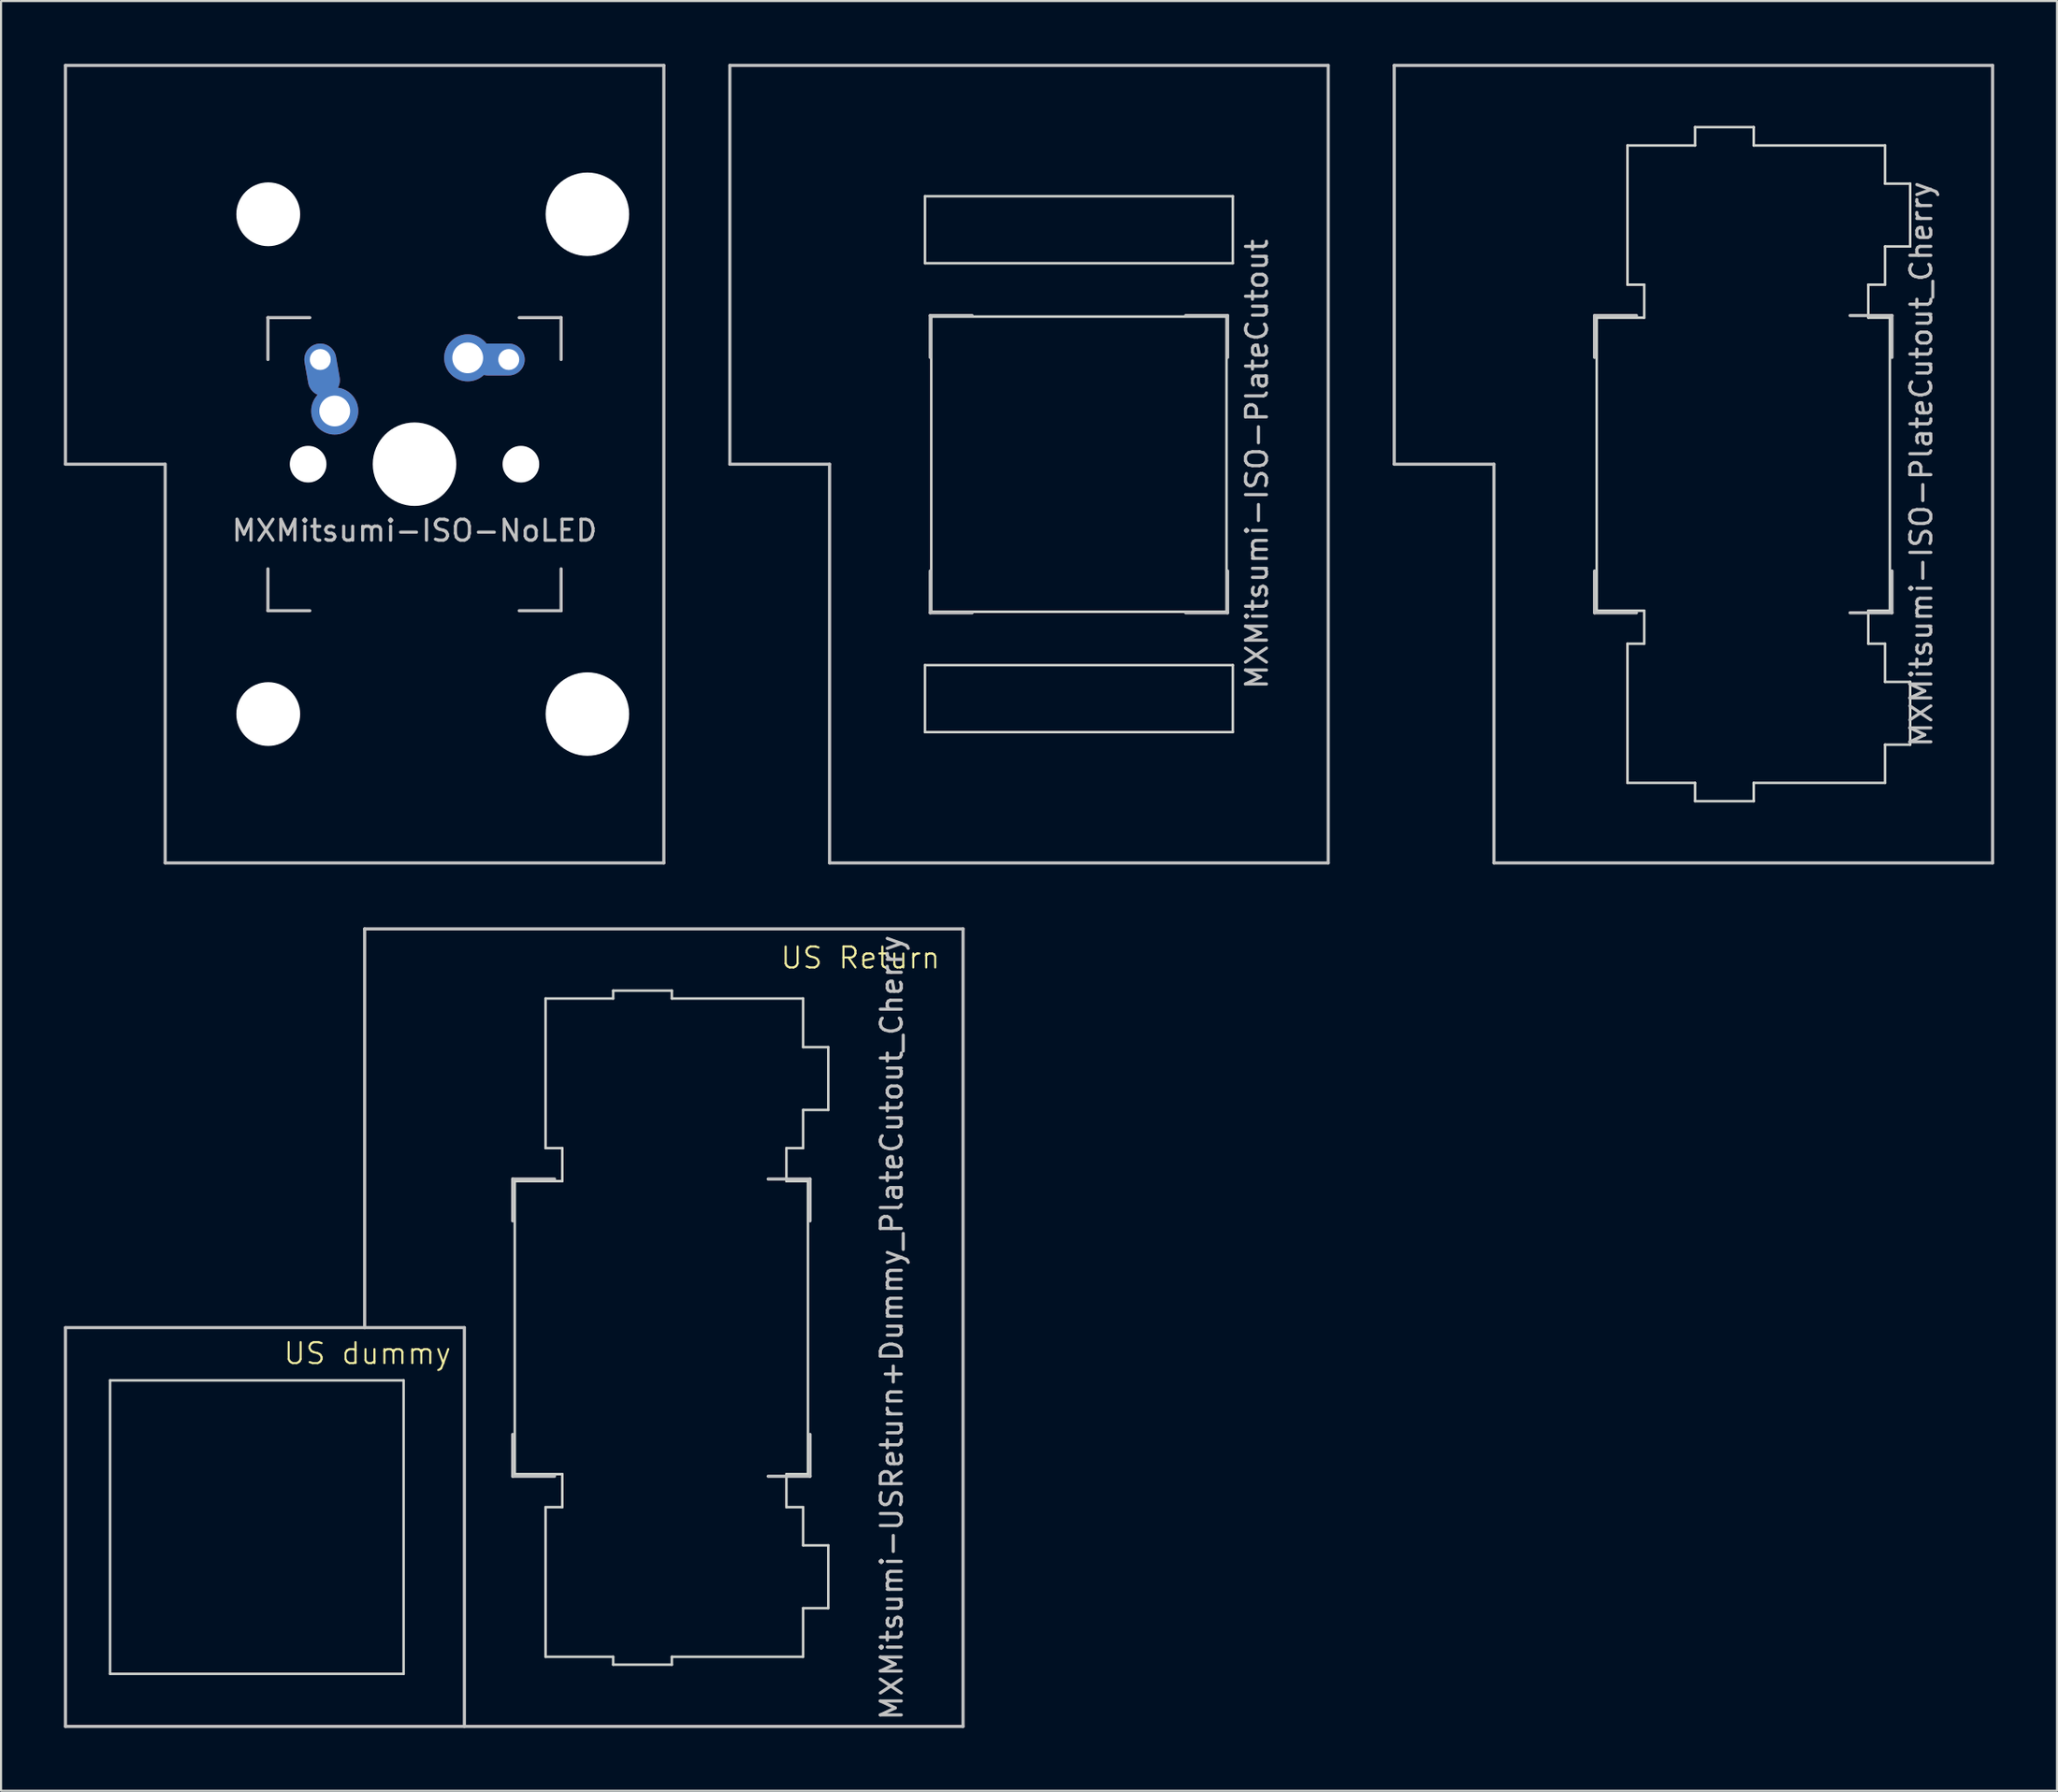
<source format=kicad_pcb>
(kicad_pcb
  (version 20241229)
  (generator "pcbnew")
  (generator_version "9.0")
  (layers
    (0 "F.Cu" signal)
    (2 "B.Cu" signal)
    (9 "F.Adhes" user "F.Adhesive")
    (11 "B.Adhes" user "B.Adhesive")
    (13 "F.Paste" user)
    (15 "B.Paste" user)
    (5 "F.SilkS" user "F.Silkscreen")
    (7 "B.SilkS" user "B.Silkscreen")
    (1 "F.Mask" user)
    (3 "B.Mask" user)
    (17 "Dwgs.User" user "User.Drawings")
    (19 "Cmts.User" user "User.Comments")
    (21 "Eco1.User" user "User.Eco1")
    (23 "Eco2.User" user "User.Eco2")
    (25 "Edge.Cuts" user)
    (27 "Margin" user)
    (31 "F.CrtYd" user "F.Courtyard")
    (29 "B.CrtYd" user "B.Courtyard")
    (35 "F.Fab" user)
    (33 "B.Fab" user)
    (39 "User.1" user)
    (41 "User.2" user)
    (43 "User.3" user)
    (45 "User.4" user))
  (footprint "MXMitsumi-ISO-PlateCutout"
    (layer "F.Cu")
    (at 48.469 19.125)
    (property "Reference" "MXMitsumi-ISO-PlateCutout" (at 8.5 0 90) (layer "Dwgs.User") (effects (font (size 1 1) (thickness 0.15))))
    (attr through_hole)
    (fp_line (start -16.669 -19.05) (end -16.669 0) (stroke (width 0.15) (type solid)) (layer "Dwgs.User"))
    (fp_line (start -16.669 -19.05) (end 11.906 -19.05) (stroke (width 0.15) (type solid)) (layer "Dwgs.User"))
    (fp_line (start -11.906 0) (end -16.669 0) (stroke (width 0.15) (type solid)) (layer "Dwgs.User"))
    (fp_line (start -11.906 19.05) (end -11.906 0) (stroke (width 0.15) (type solid)) (layer "Dwgs.User"))
    (fp_line (start -11.906 19.05) (end 11.906 19.05) (stroke (width 0.15) (type solid)) (layer "Dwgs.User"))
    (fp_line (start -7.1 -7.1) (end -7.1 -5.1) (stroke (width 0.15) (type solid)) (layer "Dwgs.User"))
    (fp_line (start -7.1 5.1) (end -7.1 7.1) (stroke (width 0.15) (type solid)) (layer "Dwgs.User"))
    (fp_line (start -7.1 7.1) (end -5.1 7.1) (stroke (width 0.15) (type solid)) (layer "Dwgs.User"))
    (fp_line (start -5.1 -7.1) (end -7.1 -7.1) (stroke (width 0.15) (type solid)) (layer "Dwgs.User"))
    (fp_line (start 5.1 -7.1) (end 7.1 -7.1) (stroke (width 0.15) (type solid)) (layer "Dwgs.User"))
    (fp_line (start 5.1 7.1) (end 7.1 7.1) (stroke (width 0.15) (type solid)) (layer "Dwgs.User"))
    (fp_line (start 7.1 -7.1) (end 7.1 -5.1) (stroke (width 0.15) (type solid)) (layer "Dwgs.User"))
    (fp_line (start 7.1 7.1) (end 7.1 5.1) (stroke (width 0.15) (type solid)) (layer "Dwgs.User"))
    (fp_line (start 11.906 -19.05) (end 11.906 19.05) (stroke (width 0.15) (type solid)) (layer "Dwgs.User"))
    (fp_line (start -7.35 -12.8) (end 7.35 -12.8) (stroke (width 0.12) (type solid)) (layer "Edge.Cuts"))
    (fp_line (start -7.35 -9.6) (end -7.35 -12.8) (stroke (width 0.12) (type solid)) (layer "Edge.Cuts"))
    (fp_line (start -7.35 9.6) (end 7.35 9.6) (stroke (width 0.12) (type solid)) (layer "Edge.Cuts"))
    (fp_line (start -7.35 12.8) (end -7.35 9.6) (stroke (width 0.12) (type solid)) (layer "Edge.Cuts"))
    (fp_line (start -7.05 -7.05) (end 7.05 -7.05) (stroke (width 0.12) (type solid)) (layer "Edge.Cuts"))
    (fp_line (start -7.05 7.05) (end -7.05 -7.05) (stroke (width 0.12) (type solid)) (layer "Edge.Cuts"))
    (fp_line (start 7.05 -7.05) (end 7.05 7.05) (stroke (width 0.12) (type solid)) (layer "Edge.Cuts"))
    (fp_line (start 7.05 7.05) (end -7.05 7.05) (stroke (width 0.12) (type solid)) (layer "Edge.Cuts"))
    (fp_line (start 7.35 -12.8) (end 7.35 -9.6) (stroke (width 0.12) (type solid)) (layer "Edge.Cuts"))
    (fp_line (start 7.35 -9.6) (end -7.35 -9.6) (stroke (width 0.12) (type solid)) (layer "Edge.Cuts"))
    (fp_line (start 7.35 9.6) (end 7.35 12.8) (stroke (width 0.12) (type solid)) (layer "Edge.Cuts"))
    (fp_line (start 7.35 12.8) (end -7.35 12.8) (stroke (width 0.12) (type solid)) (layer "Edge.Cuts")))
  (footprint "MXMitsumi-ISO-NoLED"
    (layer "F.Cu")
    (at 16.744 19.125)
    (property "Reference" "MXMitsumi-ISO-NoLED" (at 0 3.175 0) (layer "Dwgs.User") (effects (font (size 1 1) (thickness 0.15))))
    (attr through_hole)
    (fp_line (start -16.669 -19.05) (end -16.669 0) (stroke (width 0.15) (type solid)) (layer "Dwgs.User"))
    (fp_line (start -16.669 -19.05) (end 11.906 -19.05) (stroke (width 0.15) (type solid)) (layer "Dwgs.User"))
    (fp_line (start -11.906 0) (end -16.669 0) (stroke (width 0.15) (type solid)) (layer "Dwgs.User"))
    (fp_line (start -11.906 19.05) (end -11.906 0) (stroke (width 0.15) (type solid)) (layer "Dwgs.User"))
    (fp_line (start -11.906 19.05) (end 11.906 19.05) (stroke (width 0.15) (type solid)) (layer "Dwgs.User"))
    (fp_line (start -7 -7) (end -7 -5) (stroke (width 0.15) (type solid)) (layer "Dwgs.User"))
    (fp_line (start -7 5) (end -7 7) (stroke (width 0.15) (type solid)) (layer "Dwgs.User"))
    (fp_line (start -7 7) (end -5 7) (stroke (width 0.15) (type solid)) (layer "Dwgs.User"))
    (fp_line (start -5 -7) (end -7 -7) (stroke (width 0.15) (type solid)) (layer "Dwgs.User"))
    (fp_line (start 5 -7) (end 7 -7) (stroke (width 0.15) (type solid)) (layer "Dwgs.User"))
    (fp_line (start 5 7) (end 7 7) (stroke (width 0.15) (type solid)) (layer "Dwgs.User"))
    (fp_line (start 7 -7) (end 7 -5) (stroke (width 0.15) (type solid)) (layer "Dwgs.User"))
    (fp_line (start 7 7) (end 7 5) (stroke (width 0.15) (type solid)) (layer "Dwgs.User"))
    (fp_line (start 11.906 -19.05) (end 11.906 19.05) (stroke (width 0.15) (type solid)) (layer "Dwgs.User"))
    (pad "" np_thru_hole circle (at -6.985 -11.938) (size 3.048 3.048) (drill 3.048) (layers "*.Cu" "*.Mask"))
    (pad "" np_thru_hole circle (at -6.985 11.938) (size 3.048 3.048) (drill 3.048) (layers "*.Cu" "*.Mask"))
    (pad "" np_thru_hole circle (at -5.08 0 48.1) (size 1.75 1.75) (drill 1.75) (layers "*.Cu" "*.Mask"))
    (pad "" np_thru_hole circle (at 0 0) (size 3.988 3.988) (drill 3.988) (layers "*.Cu" "*.Mask"))
    (pad "" np_thru_hole circle (at 5.08 0 48.1) (size 1.75 1.75) (drill 1.75) (layers "*.Cu" "*.Mask"))
    (pad "" np_thru_hole circle (at 8.255 -11.938) (size 3.988 3.988) (drill 3.988) (layers "*.Cu" "*.Mask"))
    (pad "" np_thru_hole circle (at 8.255 11.938) (size 3.988 3.988) (drill 3.988) (layers "*.Cu" "*.Mask"))
    (pad "1" thru_hole oval (at -4.5 -5 280) (size 2.524 1.524) (drill 1 (offset 0.5 0)) (layers "*.Cu" "B.Mask"))
    (pad "1" thru_hole circle (at -3.81 -2.54) (size 2.25 2.25) (drill 1.47) (layers "*.Cu" "B.Mask"))
    (pad "2" thru_hole circle (at 2.54 -5.08) (size 2.25 2.25) (drill 1.47) (layers "*.Cu" "B.Mask"))
    (pad "2" thru_hole oval (at 4.5 -5) (size 2.524 1.524) (drill 1 (offset -0.5 0)) (layers "*.Cu" "B.Mask")))
  (footprint "MXMitsumi-ISO-PlateCutout_Cherry"
    (layer "F.Cu")
    (at 80.194 19.125)
    (property "Reference" "MXMitsumi-ISO-PlateCutout_Cherry" (at 8.5 0 90) (layer "Dwgs.User") (effects (font (size 1 1) (thickness 0.15))))
    (attr through_hole)
    (fp_line (start -16.669 -19.05) (end -16.669 0) (stroke (width 0.15) (type solid)) (layer "Dwgs.User"))
    (fp_line (start -16.669 -19.05) (end 11.906 -19.05) (stroke (width 0.15) (type solid)) (layer "Dwgs.User"))
    (fp_line (start -11.906 0) (end -16.669 0) (stroke (width 0.15) (type solid)) (layer "Dwgs.User"))
    (fp_line (start -11.906 19.05) (end -11.906 0) (stroke (width 0.15) (type solid)) (layer "Dwgs.User"))
    (fp_line (start -11.906 19.05) (end 11.906 19.05) (stroke (width 0.15) (type solid)) (layer "Dwgs.User"))
    (fp_line (start -7.1 -7.1) (end -7.1 -5.1) (stroke (width 0.15) (type solid)) (layer "Dwgs.User"))
    (fp_line (start -7.1 5.1) (end -7.1 7.1) (stroke (width 0.15) (type solid)) (layer "Dwgs.User"))
    (fp_line (start -7.1 7.1) (end -5.1 7.1) (stroke (width 0.15) (type solid)) (layer "Dwgs.User"))
    (fp_line (start -5.1 -7.1) (end -7.1 -7.1) (stroke (width 0.15) (type solid)) (layer "Dwgs.User"))
    (fp_line (start 5.1 -7.1) (end 7.1 -7.1) (stroke (width 0.15) (type solid)) (layer "Dwgs.User"))
    (fp_line (start 5.1 7.1) (end 7.1 7.1) (stroke (width 0.15) (type solid)) (layer "Dwgs.User"))
    (fp_line (start 7.1 -7.1) (end 7.1 -5.1) (stroke (width 0.15) (type solid)) (layer "Dwgs.User"))
    (fp_line (start 7.1 7.1) (end 7.1 5.1) (stroke (width 0.15) (type solid)) (layer "Dwgs.User"))
    (fp_line (start 11.906 -19.05) (end 11.906 19.05) (stroke (width 0.15) (type solid)) (layer "Dwgs.User"))
    (fp_line (start -7 -7) (end -7 7) (stroke (width 0.12) (type solid)) (layer "Edge.Cuts"))
    (fp_line (start -5.53 -15.225) (end -2.3 -15.225) (stroke (width 0.12) (type solid)) (layer "Edge.Cuts"))
    (fp_line (start -5.53 -8.575) (end -5.53 -15.225) (stroke (width 0.12) (type solid)) (layer "Edge.Cuts"))
    (fp_line (start -5.53 8.575) (end -5.53 15.225) (stroke (width 0.12) (type solid)) (layer "Edge.Cuts"))
    (fp_line (start -5.53 15.225) (end -2.3 15.225) (stroke (width 0.12) (type solid)) (layer "Edge.Cuts"))
    (fp_line (start -4.73 -8.575) (end -5.53 -8.575) (stroke (width 0.12) (type solid)) (layer "Edge.Cuts"))
    (fp_line (start -4.73 -7) (end -7 -7) (stroke (width 0.12) (type solid)) (layer "Edge.Cuts"))
    (fp_line (start -4.73 -7) (end -4.73 -8.575) (stroke (width 0.12) (type solid)) (layer "Edge.Cuts"))
    (fp_line (start -4.73 7) (end -7 7) (stroke (width 0.12) (type solid)) (layer "Edge.Cuts"))
    (fp_line (start -4.73 8.575) (end -5.53 8.575) (stroke (width 0.12) (type solid)) (layer "Edge.Cuts"))
    (fp_line (start -4.73 8.575) (end -4.73 7) (stroke (width 0.12) (type solid)) (layer "Edge.Cuts"))
    (fp_line (start -2.3 -16.1) (end 0.5 -16.1) (stroke (width 0.12) (type solid)) (layer "Edge.Cuts"))
    (fp_line (start -2.3 -15.225) (end -2.3 -16.1) (stroke (width 0.12) (type solid)) (layer "Edge.Cuts"))
    (fp_line (start -2.3 15.225) (end -2.3 16.1) (stroke (width 0.12) (type solid)) (layer "Edge.Cuts"))
    (fp_line (start -2.3 16.1) (end 0.5 16.1) (stroke (width 0.12) (type solid)) (layer "Edge.Cuts"))
    (fp_line (start 0.5 -15.225) (end 0.5 -16.1) (stroke (width 0.12) (type solid)) (layer "Edge.Cuts"))
    (fp_line (start 0.5 15.225) (end 0.5 16.1) (stroke (width 0.12) (type solid)) (layer "Edge.Cuts"))
    (fp_line (start 5.97 -8.575) (end 5.97 -7) (stroke (width 0.12) (type solid)) (layer "Edge.Cuts"))
    (fp_line (start 5.97 -7) (end 7 -7) (stroke (width 0.12) (type solid)) (layer "Edge.Cuts"))
    (fp_line (start 5.97 7) (end 7 7) (stroke (width 0.12) (type solid)) (layer "Edge.Cuts"))
    (fp_line (start 5.97 8.575) (end 5.97 7) (stroke (width 0.12) (type solid)) (layer "Edge.Cuts"))
    (fp_line (start 6.77 -15.225) (end 0.5 -15.225) (stroke (width 0.12) (type solid)) (layer "Edge.Cuts"))
    (fp_line (start 6.77 -13.4) (end 6.77 -15.225) (stroke (width 0.12) (type solid)) (layer "Edge.Cuts"))
    (fp_line (start 6.77 -8.575) (end 5.97 -8.575) (stroke (width 0.12) (type solid)) (layer "Edge.Cuts"))
    (fp_line (start 6.77 -8.575) (end 6.77 -10.4) (stroke (width 0.12) (type solid)) (layer "Edge.Cuts"))
    (fp_line (start 6.77 8.575) (end 5.97 8.575) (stroke (width 0.12) (type solid)) (layer "Edge.Cuts"))
    (fp_line (start 6.77 10.4) (end 6.77 8.575) (stroke (width 0.12) (type solid)) (layer "Edge.Cuts"))
    (fp_line (start 6.77 15.225) (end 0.5 15.225) (stroke (width 0.12) (type solid)) (layer "Edge.Cuts"))
    (fp_line (start 6.77 15.225) (end 6.77 13.4) (stroke (width 0.12) (type solid)) (layer "Edge.Cuts"))
    (fp_line (start 7 7) (end 7 -7) (stroke (width 0.12) (type solid)) (layer "Edge.Cuts"))
    (fp_line (start 7.97 -13.4) (end 6.77 -13.4) (stroke (width 0.12) (type solid)) (layer "Edge.Cuts"))
    (fp_line (start 7.97 -10.4) (end 6.77 -10.4) (stroke (width 0.12) (type solid)) (layer "Edge.Cuts"))
    (fp_line (start 7.97 -10.4) (end 7.97 -13.4) (stroke (width 0.12) (type solid)) (layer "Edge.Cuts"))
    (fp_line (start 7.97 10.4) (end 6.77 10.4) (stroke (width 0.12) (type solid)) (layer "Edge.Cuts"))
    (fp_line (start 7.97 10.4) (end 7.97 13.4) (stroke (width 0.12) (type solid)) (layer "Edge.Cuts"))
    (fp_line (start 7.97 13.4) (end 6.77 13.4) (stroke (width 0.12) (type solid)) (layer "Edge.Cuts")))
  (footprint "MXMitsumi-USReturn+Dummy_PlateCutout_Cherry"
    (layer "F.Cu")
    (at 31.031 60.375)
    (property "Reference" "MXMitsumi-USReturn+Dummy_PlateCutout_Cherry" (at 8.5 0 90) (layer "Dwgs.User") (effects (font (size 1 1) (thickness 0.15))))
    (attr through_hole)
    (fp_line (start -30.956 19.05) (end -30.956 0) (stroke (width 0.15) (type solid)) (layer "Dwgs.User"))
    (fp_line (start -30.956 19.05) (end 11.906 19.05) (stroke (width 0.15) (type solid)) (layer "Dwgs.User"))
    (fp_line (start -16.669 -19.05) (end -16.669 0) (stroke (width 0.15) (type solid)) (layer "Dwgs.User"))
    (fp_line (start -16.669 -19.05) (end 11.906 -19.05) (stroke (width 0.15) (type solid)) (layer "Dwgs.User"))
    (fp_line (start -11.906 0) (end -30.956 0) (stroke (width 0.15) (type solid)) (layer "Dwgs.User"))
    (fp_line (start -11.906 19.05) (end -11.906 0) (stroke (width 0.15) (type solid)) (layer "Dwgs.User"))
    (fp_line (start -9.6 -7.1) (end -9.6 -5.1) (stroke (width 0.15) (type solid)) (layer "Dwgs.User"))
    (fp_line (start -9.6 5.1) (end -9.6 7.1) (stroke (width 0.15) (type solid)) (layer "Dwgs.User"))
    (fp_line (start -9.6 7.1) (end -7.6 7.1) (stroke (width 0.15) (type solid)) (layer "Dwgs.User"))
    (fp_line (start -7.6 -7.1) (end -9.6 -7.1) (stroke (width 0.15) (type solid)) (layer "Dwgs.User"))
    (fp_line (start 2.6 -7.1) (end 4.6 -7.1) (stroke (width 0.15) (type solid)) (layer "Dwgs.User"))
    (fp_line (start 2.6 7.1) (end 4.6 7.1) (stroke (width 0.15) (type solid)) (layer "Dwgs.User"))
    (fp_line (start 4.6 -7.1) (end 4.6 -5.1) (stroke (width 0.15) (type solid)) (layer "Dwgs.User"))
    (fp_line (start 4.6 7.1) (end 4.6 5.1) (stroke (width 0.15) (type solid)) (layer "Dwgs.User"))
    (fp_line (start 11.906 -19.05) (end 11.906 19.05) (stroke (width 0.15) (type solid)) (layer "Dwgs.User"))
    (fp_line (start -28.826 16.539) (end -28.826 2.519) (stroke (width 0.12) (type solid)) (layer "Edge.Cuts"))
    (fp_line (start -14.806 2.519) (end -28.826 2.519) (stroke (width 0.12) (type solid)) (layer "Edge.Cuts"))
    (fp_line (start -14.806 2.519) (end -14.806 16.539) (stroke (width 0.12) (type solid)) (layer "Edge.Cuts"))
    (fp_line (start -14.806 16.539) (end -28.826 16.539) (stroke (width 0.12) (type solid)) (layer "Edge.Cuts"))
    (fp_line (start -9.5 -7) (end -9.5 7) (stroke (width 0.12) (type solid)) (layer "Edge.Cuts"))
    (fp_line (start -8.03 -15.725) (end -4.8 -15.725) (stroke (width 0.12) (type solid)) (layer "Edge.Cuts"))
    (fp_line (start -8.03 -8.575) (end -8.03 -15.725) (stroke (width 0.12) (type solid)) (layer "Edge.Cuts"))
    (fp_line (start -8.03 8.575) (end -8.03 15.725) (stroke (width 0.12) (type solid)) (layer "Edge.Cuts"))
    (fp_line (start -8.03 15.725) (end -4.8 15.725) (stroke (width 0.12) (type solid)) (layer "Edge.Cuts"))
    (fp_line (start -7.23 -8.575) (end -8.03 -8.575) (stroke (width 0.12) (type solid)) (layer "Edge.Cuts"))
    (fp_line (start -7.23 -7) (end -9.5 -7) (stroke (width 0.12) (type solid)) (layer "Edge.Cuts"))
    (fp_line (start -7.23 -7) (end -7.23 -8.575) (stroke (width 0.12) (type solid)) (layer "Edge.Cuts"))
    (fp_line (start -7.23 7) (end -9.5 7) (stroke (width 0.12) (type solid)) (layer "Edge.Cuts"))
    (fp_line (start -7.23 8.575) (end -8.03 8.575) (stroke (width 0.12) (type solid)) (layer "Edge.Cuts"))
    (fp_line (start -7.23 8.575) (end -7.23 7) (stroke (width 0.12) (type solid)) (layer "Edge.Cuts"))
    (fp_line (start -4.8 -16.1) (end -2 -16.1) (stroke (width 0.12) (type solid)) (layer "Edge.Cuts"))
    (fp_line (start -4.8 -15.725) (end -4.8 -16.1) (stroke (width 0.12) (type solid)) (layer "Edge.Cuts"))
    (fp_line (start -4.8 15.725) (end -4.8 16.1) (stroke (width 0.12) (type solid)) (layer "Edge.Cuts"))
    (fp_line (start -4.8 16.1) (end -2 16.1) (stroke (width 0.12) (type solid)) (layer "Edge.Cuts"))
    (fp_line (start -2 -15.725) (end -2 -16.1) (stroke (width 0.12) (type solid)) (layer "Edge.Cuts"))
    (fp_line (start -2 15.725) (end -2 16.1) (stroke (width 0.12) (type solid)) (layer "Edge.Cuts"))
    (fp_line (start 3.47 -8.575) (end 3.47 -7) (stroke (width 0.12) (type solid)) (layer "Edge.Cuts"))
    (fp_line (start 3.47 -7) (end 4.5 -7) (stroke (width 0.12) (type solid)) (layer "Edge.Cuts"))
    (fp_line (start 3.47 7) (end 4.5 7) (stroke (width 0.12) (type solid)) (layer "Edge.Cuts"))
    (fp_line (start 3.47 8.575) (end 3.47 7) (stroke (width 0.12) (type solid)) (layer "Edge.Cuts"))
    (fp_line (start 4.27 -15.725) (end -2 -15.725) (stroke (width 0.12) (type solid)) (layer "Edge.Cuts"))
    (fp_line (start 4.27 -13.4) (end 4.27 -15.725) (stroke (width 0.12) (type solid)) (layer "Edge.Cuts"))
    (fp_line (start 4.27 -8.575) (end 3.47 -8.575) (stroke (width 0.12) (type solid)) (layer "Edge.Cuts"))
    (fp_line (start 4.27 -8.575) (end 4.27 -10.4) (stroke (width 0.12) (type solid)) (layer "Edge.Cuts"))
    (fp_line (start 4.27 8.575) (end 3.47 8.575) (stroke (width 0.12) (type solid)) (layer "Edge.Cuts"))
    (fp_line (start 4.27 10.4) (end 4.27 8.575) (stroke (width 0.12) (type solid)) (layer "Edge.Cuts"))
    (fp_line (start 4.27 15.725) (end -2 15.725) (stroke (width 0.12) (type solid)) (layer "Edge.Cuts"))
    (fp_line (start 4.27 15.725) (end 4.27 13.4) (stroke (width 0.12) (type solid)) (layer "Edge.Cuts"))
    (fp_line (start 4.5 7) (end 4.5 -7) (stroke (width 0.12) (type solid)) (layer "Edge.Cuts"))
    (fp_line (start 5.47 -13.4) (end 4.27 -13.4) (stroke (width 0.12) (type solid)) (layer "Edge.Cuts"))
    (fp_line (start 5.47 -10.4) (end 4.27 -10.4) (stroke (width 0.12) (type solid)) (layer "Edge.Cuts"))
    (fp_line (start 5.47 -10.4) (end 5.47 -13.4) (stroke (width 0.12) (type solid)) (layer "Edge.Cuts"))
    (fp_line (start 5.47 10.4) (end 4.27 10.4) (stroke (width 0.12) (type solid)) (layer "Edge.Cuts"))
    (fp_line (start 5.47 10.4) (end 5.47 13.4) (stroke (width 0.12) (type solid)) (layer "Edge.Cuts"))
    (fp_line (start 5.47 13.4) (end 4.27 13.4) (stroke (width 0.12) (type solid)) (layer "Edge.Cuts"))
    (fp_text user "US dummy" (at -20.6 1.82 0) (unlocked yes) (layer "F.SilkS") (effects (font (size 1 1) (thickness 0.1)) (justify left bottom)))
    (fp_text user "US Return" (at 3.13 -17.08 0) (unlocked yes) (layer "F.SilkS") (effects (font (size 1 1) (thickness 0.1)) (justify left bottom))))
  (gr_rect
    (start -3 -3)
    (end 95.175 82.5)
    (stroke (width 0.1) (type default))
    (fill no)
    (layer "Edge.Cuts")))
</source>
